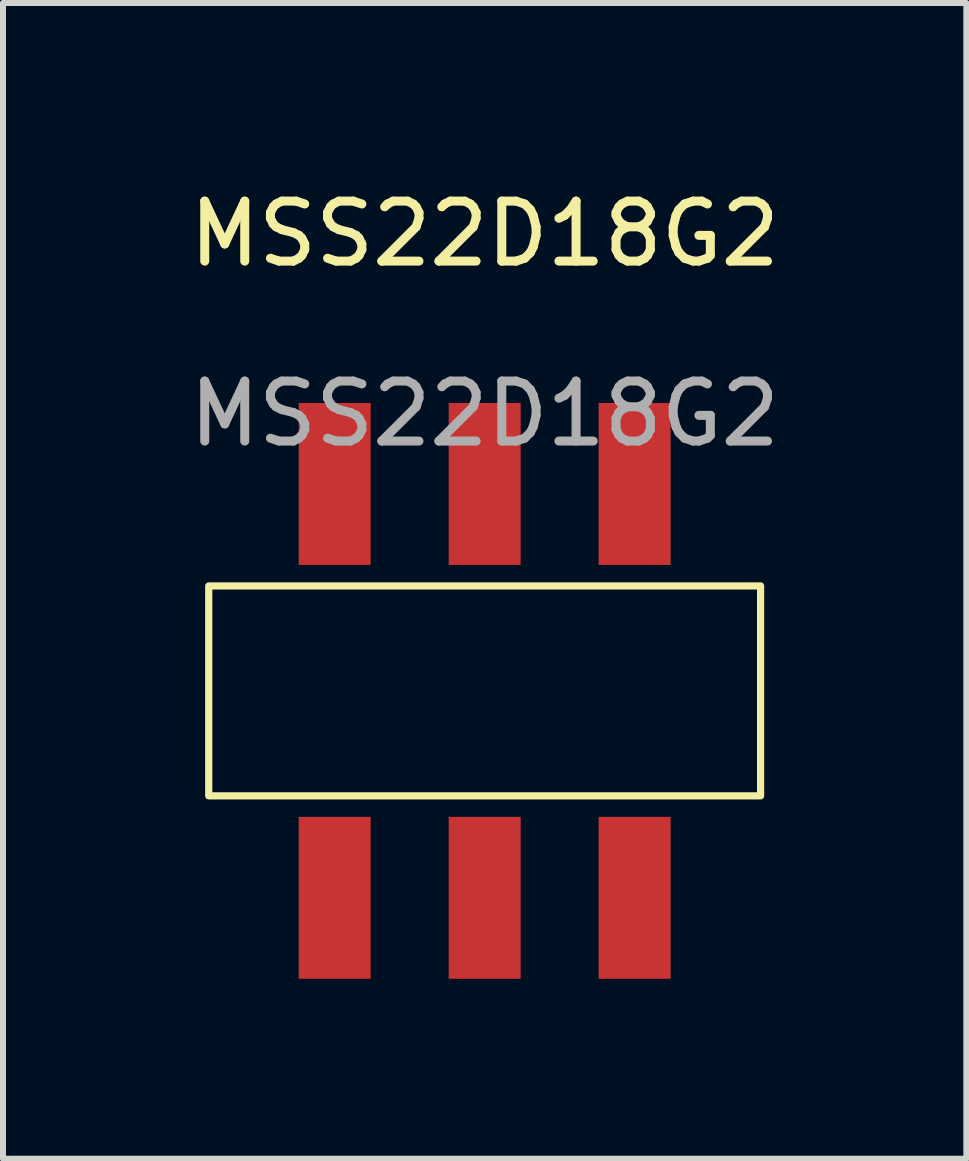
<source format=kicad_pcb>
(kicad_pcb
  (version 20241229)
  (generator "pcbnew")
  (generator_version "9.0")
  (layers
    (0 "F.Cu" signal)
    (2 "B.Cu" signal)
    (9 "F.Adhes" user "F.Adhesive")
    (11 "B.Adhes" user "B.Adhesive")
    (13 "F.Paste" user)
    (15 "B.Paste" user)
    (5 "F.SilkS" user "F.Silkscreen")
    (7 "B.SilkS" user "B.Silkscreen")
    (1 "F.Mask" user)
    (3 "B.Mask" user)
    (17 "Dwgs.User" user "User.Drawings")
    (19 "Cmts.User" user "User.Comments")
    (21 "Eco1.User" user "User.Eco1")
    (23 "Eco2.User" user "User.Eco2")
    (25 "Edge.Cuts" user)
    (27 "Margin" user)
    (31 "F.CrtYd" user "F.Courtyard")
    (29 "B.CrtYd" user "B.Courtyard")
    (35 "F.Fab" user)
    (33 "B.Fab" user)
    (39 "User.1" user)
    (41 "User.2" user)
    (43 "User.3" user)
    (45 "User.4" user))
  (footprint "MSS22D18G2"
    (layer "F.Cu")
    (at 5.03 8.468)
    (property "Reference" "MSS22D18G2" (at 0 -7.62 0) (unlocked yes) (layer "F.SilkS") (effects (font (size 1 1) (thickness 0.15))))
    (attr smd)
    (fp_rect (start -4.6 -1.75) (end 4.6 1.75) (stroke (width 0.12) (type solid)) (fill no) (layer "F.SilkS"))
    (fp_text user "${REFERENCE}" (at 0 -4.62 0) (unlocked yes) (layer "F.Fab") (effects (font (size 1 1) (thickness 0.15))))
    (pad "1" smd rect (at -2.5 -3.45 90) (size 2.7 1.2) (layers "F.Cu" "F.Mask" "F.Paste"))
    (pad "2" smd rect (at 0 -3.45 90) (size 2.7 1.2) (layers "F.Cu" "F.Mask" "F.Paste"))
    (pad "3" smd rect (at 2.5 -3.45 90) (size 2.7 1.2) (layers "F.Cu" "F.Mask" "F.Paste"))
    (pad "4" smd rect (at -2.5 3.45 90) (size 2.7 1.2) (layers "F.Cu" "F.Mask" "F.Paste"))
    (pad "5" smd rect (at 0 3.45 90) (size 2.7 1.2) (layers "F.Cu" "F.Mask" "F.Paste"))
    (pad "6" smd rect (at 2.5 3.45 90) (size 2.7 1.2) (layers "F.Cu" "F.Mask" "F.Paste")))
  (gr_rect
    (start -3 -3)
    (end 13.06 16.268)
    (stroke (width 0.1) (type default))
    (fill no)
    (layer "Edge.Cuts")))
</source>
